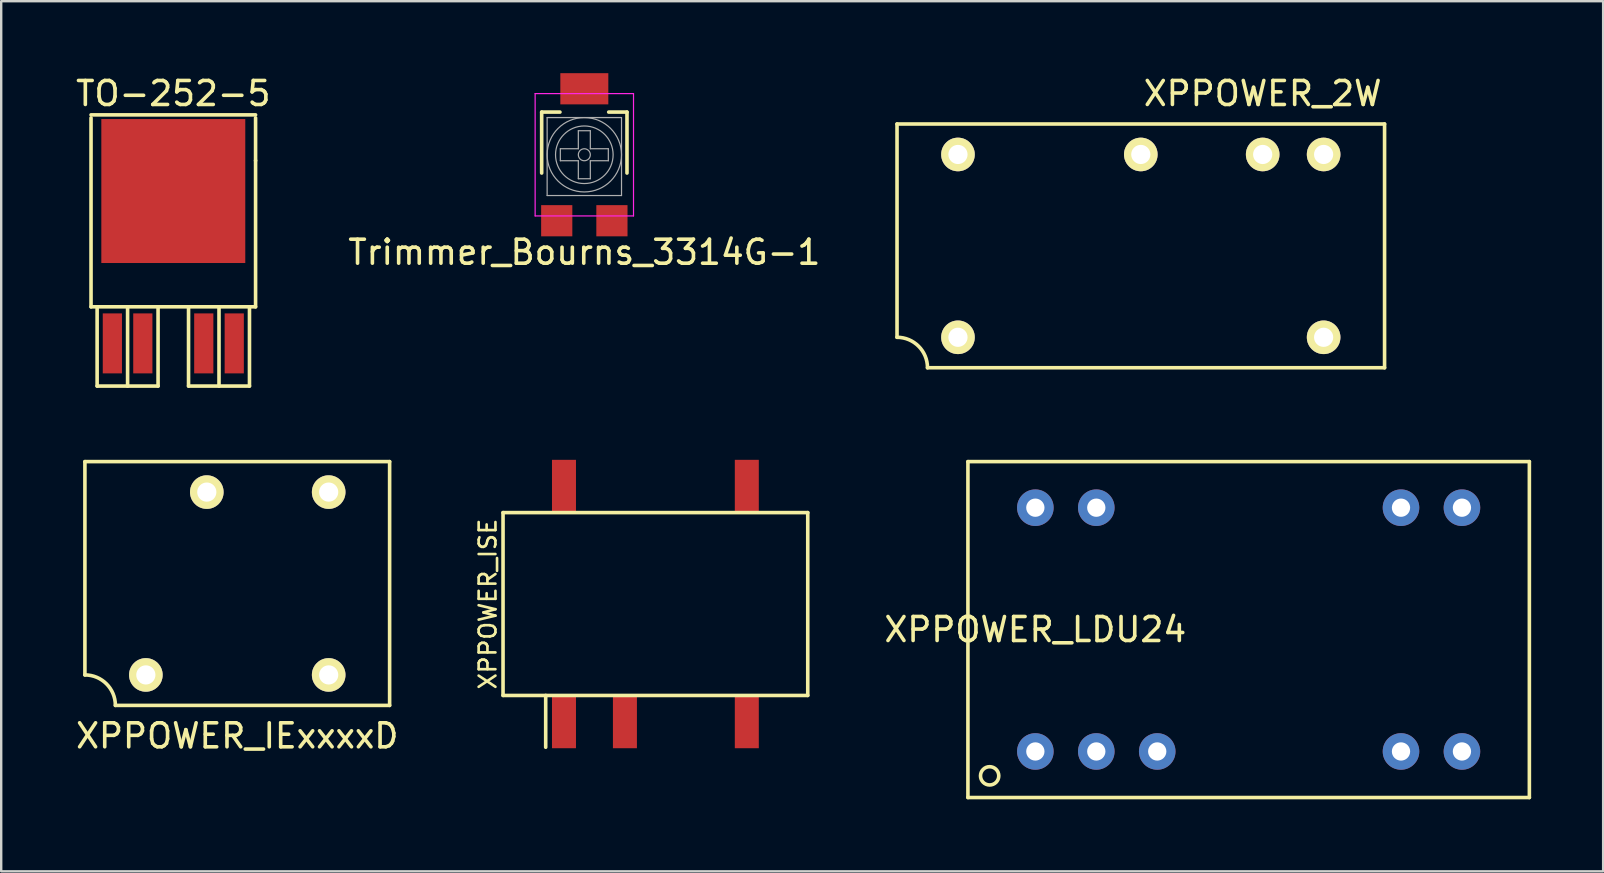
<source format=kicad_pcb>
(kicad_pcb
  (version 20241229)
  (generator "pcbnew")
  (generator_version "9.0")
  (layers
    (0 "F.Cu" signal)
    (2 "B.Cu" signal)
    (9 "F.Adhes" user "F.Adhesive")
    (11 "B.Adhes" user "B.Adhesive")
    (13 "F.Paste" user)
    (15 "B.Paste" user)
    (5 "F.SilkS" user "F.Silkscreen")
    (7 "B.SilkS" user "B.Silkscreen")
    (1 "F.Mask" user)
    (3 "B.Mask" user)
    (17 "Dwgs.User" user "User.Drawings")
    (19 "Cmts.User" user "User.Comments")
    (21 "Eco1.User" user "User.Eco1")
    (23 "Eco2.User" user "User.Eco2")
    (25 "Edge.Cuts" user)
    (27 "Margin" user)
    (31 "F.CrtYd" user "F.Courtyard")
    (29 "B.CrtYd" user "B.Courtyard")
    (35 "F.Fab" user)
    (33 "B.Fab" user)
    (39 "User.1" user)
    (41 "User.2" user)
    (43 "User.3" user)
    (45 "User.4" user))
  (footprint "TO-252-5"
    (layer "F.Cu")
    (at 4.173 11.262)
    (property "Reference" "TO-252-5" (at 0 -10.414 0) (layer "F.SilkS") (effects (font (size 1 1) (thickness 0.15))))
    (attr smd)
    (fp_line (start -3.429 -9.525) (end 3.429 -9.525) (stroke (width 0.15) (type solid)) (layer "F.SilkS"))
    (fp_line (start -3.429 -1.524) (end -3.429 -9.398) (stroke (width 0.15) (type solid)) (layer "F.SilkS"))
    (fp_line (start -3.175 -1.524) (end -3.175 1.778) (stroke (width 0.15) (type solid)) (layer "F.SilkS"))
    (fp_line (start -3.175 1.778) (end -0.635 1.778) (stroke (width 0.15) (type solid)) (layer "F.SilkS"))
    (fp_line (start -1.905 -1.524) (end -1.905 1.778) (stroke (width 0.15) (type solid)) (layer "F.SilkS"))
    (fp_line (start -0.635 -1.524) (end -0.635 1.778) (stroke (width 0.15) (type solid)) (layer "F.SilkS"))
    (fp_line (start 0.635 -1.524) (end 0.635 1.778) (stroke (width 0.15) (type solid)) (layer "F.SilkS"))
    (fp_line (start 1.905 1.778) (end 1.905 -1.524) (stroke (width 0.15) (type solid)) (layer "F.SilkS"))
    (fp_line (start 3.175 -1.524) (end 3.175 1.778) (stroke (width 0.15) (type solid)) (layer "F.SilkS"))
    (fp_line (start 3.175 1.778) (end 0.635 1.778) (stroke (width 0.15) (type solid)) (layer "F.SilkS"))
    (fp_line (start 3.429 -9.398) (end 3.429 -7.62) (stroke (width 0.15) (type solid)) (layer "F.SilkS"))
    (fp_line (start 3.429 -7.62) (end 3.429 -1.524) (stroke (width 0.15) (type solid)) (layer "F.SilkS"))
    (fp_line (start 3.429 -1.524) (end -3.429 -1.524) (stroke (width 0.15) (type solid)) (layer "F.SilkS"))
    (pad "1" smd rect (at -2.54 0) (size 0.8 2.5) (layers "F.Cu" "F.Mask" "F.Paste"))
    (pad "2" smd rect (at -1.27 0) (size 0.8 2.5) (layers "F.Cu" "F.Mask" "F.Paste"))
    (pad "3" smd rect (at 0 -6.35) (size 6 6) (layers "F.Cu" "F.Mask" "F.Paste"))
    (pad "4" smd rect (at 1.27 0) (size 0.8 2.5) (layers "F.Cu" "F.Mask" "F.Paste"))
    (pad "5" smd rect (at 2.54 0) (size 0.8 2.5) (layers "F.Cu" "F.Mask" "F.Paste")))
  (footprint "XPPOWER_ISE"
    (layer "F.Cu")
    (at 24.266 22.125)
    (property "Reference" "XPPOWER_ISE" (at -6.985 0 90) (layer "F.SilkS") (effects (font (size 0.7 0.7) (thickness 0.11))))
    (attr smd)
    (fp_line (start -6.35 -3.81) (end -6.35 3.81) (stroke (width 0.15) (type solid)) (layer "F.SilkS"))
    (fp_line (start -6.35 3.81) (end 6.35 3.81) (stroke (width 0.15) (type solid)) (layer "F.SilkS"))
    (fp_line (start -4.572 3.81) (end -4.572 5.969) (stroke (width 0.15) (type solid)) (layer "F.SilkS"))
    (fp_line (start 6.35 -3.81) (end -6.35 -3.81) (stroke (width 0.15) (type solid)) (layer "F.SilkS"))
    (fp_line (start 6.35 3.81) (end 6.35 -3.81) (stroke (width 0.15) (type solid)) (layer "F.SilkS"))
    (pad "1" smd rect (at -3.81 4.91) (size 1 2.2) (layers "F.Cu" "F.Mask" "F.Paste"))
    (pad "2" smd rect (at -1.27 4.91) (size 1 2.2) (layers "F.Cu" "F.Mask" "F.Paste"))
    (pad "4" smd rect (at 3.81 4.91) (size 1 2.2) (layers "F.Cu" "F.Mask" "F.Paste"))
    (pad "5" smd rect (at 3.81 -4.91) (size 1 2.2) (layers "F.Cu" "F.Mask" "F.Paste"))
    (pad "8" smd rect (at -3.81 -4.91) (size 1 2.2) (layers "F.Cu" "F.Mask" "F.Paste")))
  (footprint "XPPOWER_2W"
    (layer "F.Cu")
    (at 44.497 7.198)
    (property "Reference" "XPPOWER_2W" (at 5.08 -6.35 0) (layer "F.SilkS") (effects (font (size 1 1) (thickness 0.15))))
    (attr through_hole)
    (fp_line (start -10.16 -5.08) (end 10.16 -5.08) (stroke (width 0.15) (type solid)) (layer "F.SilkS"))
    (fp_line (start -10.16 3.81) (end -10.16 -5.08) (stroke (width 0.15) (type solid)) (layer "F.SilkS"))
    (fp_line (start 10.16 -5.08) (end 10.16 5.08) (stroke (width 0.15) (type solid)) (layer "F.SilkS"))
    (fp_line (start 10.16 5.08) (end -8.89 5.08) (stroke (width 0.15) (type solid)) (layer "F.SilkS"))
    (fp_arc (start -10.16 3.81) (mid -9.261974 4.181974) (end -8.89 5.08) (stroke (width 0.15) (type solid)) (layer "F.SilkS"))
    (pad "1" thru_hole circle (at -7.62 3.81) (size 1.4 1.4) (drill 0.8) (layers "*.Cu" "*.Mask" "F.SilkS"))
    (pad "7" thru_hole circle (at 7.62 3.81) (size 1.4 1.4) (drill 0.8) (layers "*.Cu" "*.Mask" "F.SilkS"))
    (pad "8" thru_hole circle (at 7.62 -3.81) (size 1.4 1.4) (drill 0.8) (layers "*.Cu" "*.Mask" "F.SilkS"))
    (pad "9" thru_hole circle (at 5.08 -3.81) (size 1.4 1.4) (drill 0.8) (layers "*.Cu" "*.Mask" "F.SilkS"))
    (pad "11" thru_hole circle (at 0 -3.81) (size 1.4 1.4) (drill 0.8) (layers "*.Cu" "*.Mask" "F.SilkS"))
    (pad "14" thru_hole circle (at -7.62 -3.81) (size 1.4 1.4) (drill 0.8) (layers "*.Cu" "*.Mask" "F.SilkS")))
  (footprint "Trimmer_Bourns_3314G-1"
    (layer "F.Cu")
    (at 21.304 3.4)
    (property "Reference" "Trimmer_Bourns_3314G-1" (at 0 4.064 0) (layer "F.SilkS") (effects (font (size 1 1) (thickness 0.15))))
    (attr smd)
    (fp_line (start -1.778 -1.778) (end -1.016 -1.778) (stroke (width 0.15) (type solid)) (layer "F.SilkS"))
    (fp_line (start -1.778 0.762) (end -1.778 -1.778) (stroke (width 0.15) (type solid)) (layer "F.SilkS"))
    (fp_line (start 1.016 -1.778) (end 1.778 -1.778) (stroke (width 0.15) (type solid)) (layer "F.SilkS"))
    (fp_line (start 1.778 -1.778) (end 1.778 0.762) (stroke (width 0.15) (type solid)) (layer "F.SilkS"))
    (fp_line (start -2.05 -2.55) (end 2.05 -2.55) (stroke (width 0.05) (type solid)) (layer "F.CrtYd"))
    (fp_line (start -2.05 2.55) (end -2.05 -2.55) (stroke (width 0.05) (type solid)) (layer "F.CrtYd"))
    (fp_line (start 2.05 -2.55) (end 2.05 2.55) (stroke (width 0.05) (type solid)) (layer "F.CrtYd"))
    (fp_line (start 2.05 2.55) (end -2.05 2.55) (stroke (width 0.05) (type solid)) (layer "F.CrtYd"))
    (fp_line (start -1.55 -1.55) (end 1.55 -1.55) (stroke (width 0.05) (type solid)) (layer "F.Fab"))
    (fp_line (start -1.55 1.7) (end -1.55 -1.55) (stroke (width 0.05) (type solid)) (layer "F.Fab"))
    (fp_line (start -1 -0.25) (end -0.25 -0.25) (stroke (width 0.05) (type solid)) (layer "F.Fab"))
    (fp_line (start -1 0.25) (end -1 -0.25) (stroke (width 0.05) (type solid)) (layer "F.Fab"))
    (fp_line (start -0.25 -1) (end 0.25 -1) (stroke (width 0.05) (type solid)) (layer "F.Fab"))
    (fp_line (start -0.25 -0.25) (end -0.25 -1) (stroke (width 0.05) (type solid)) (layer "F.Fab"))
    (fp_line (start -0.25 0.25) (end -1 0.25) (stroke (width 0.05) (type solid)) (layer "F.Fab"))
    (fp_line (start -0.25 1) (end -0.25 0.25) (stroke (width 0.05) (type solid)) (layer "F.Fab"))
    (fp_line (start 0.25 -1) (end 0.25 -0.25) (stroke (width 0.05) (type solid)) (layer "F.Fab"))
    (fp_line (start 0.25 -0.25) (end 1 -0.25) (stroke (width 0.05) (type solid)) (layer "F.Fab"))
    (fp_line (start 0.25 0.25) (end 0.25 1) (stroke (width 0.05) (type solid)) (layer "F.Fab"))
    (fp_line (start 0.25 1) (end -0.25 1) (stroke (width 0.05) (type solid)) (layer "F.Fab"))
    (fp_line (start 1 -0.25) (end 1 0.25) (stroke (width 0.05) (type solid)) (layer "F.Fab"))
    (fp_line (start 1 0.25) (end 0.25 0.25) (stroke (width 0.05) (type solid)) (layer "F.Fab"))
    (fp_line (start 1.55 -1.55) (end 1.55 1.7) (stroke (width 0.05) (type solid)) (layer "F.Fab"))
    (fp_line (start 1.55 1.7) (end -1.55 1.7) (stroke (width 0.05) (type solid)) (layer "F.Fab"))
    (fp_circle (center 0 0) (end 0 -1.55) (stroke (width 0.05) (type solid)) (fill no) (layer "F.Fab"))
    (fp_circle (center 0 0) (end 0 -1.2) (stroke (width 0.05) (type solid)) (fill no) (layer "F.Fab"))
    (fp_circle (center 0 0) (end 0 -0.25) (stroke (width 0.05) (type solid)) (fill no) (layer "F.Fab"))
    (pad "1" smd rect (at 1.15 2.75) (size 1.3 1.3) (layers "F.Cu" "F.Mask" "F.Paste"))
    (pad "2" smd rect (at 0 -2.75) (size 2 1.3) (layers "F.Cu" "F.Mask" "F.Paste"))
    (pad "3" smd rect (at -1.15 2.75) (size 1.3 1.3) (layers "F.Cu" "F.Mask" "F.Paste")))
  (footprint "XPPOWER_IExxxxD"
    (layer "F.Cu")
    (at 6.839 21.27)
    (property "Reference" "XPPOWER_IExxxxD" (at 0 6.35 0) (layer "F.SilkS") (effects (font (size 1 1) (thickness 0.15))))
    (attr through_hole)
    (fp_line (start -6.35 -5.08) (end 6.35 -5.08) (stroke (width 0.15) (type solid)) (layer "F.SilkS"))
    (fp_line (start -6.35 3.81) (end -6.35 -5.08) (stroke (width 0.15) (type solid)) (layer "F.SilkS"))
    (fp_line (start 6.35 -5.08) (end 6.35 5.08) (stroke (width 0.15) (type solid)) (layer "F.SilkS"))
    (fp_line (start 6.35 5.08) (end -5.08 5.08) (stroke (width 0.15) (type solid)) (layer "F.SilkS"))
    (fp_arc (start -6.35 3.81) (mid -5.451974 4.181974) (end -5.08 5.08) (stroke (width 0.15) (type solid)) (layer "F.SilkS"))
    (pad "1" thru_hole circle (at -3.81 3.81) (size 1.4 1.4) (drill 0.8) (layers "*.Cu" "*.Mask" "F.SilkS"))
    (pad "4" thru_hole circle (at 3.81 3.81) (size 1.4 1.4) (drill 0.8) (layers "*.Cu" "*.Mask" "F.SilkS"))
    (pad "5" thru_hole circle (at 3.81 -3.81) (size 1.4 1.4) (drill 0.8) (layers "*.Cu" "*.Mask" "F.SilkS"))
    (pad "7" thru_hole circle (at -1.27 -3.81) (size 1.4 1.4) (drill 0.8) (layers "*.Cu" "*.Mask" "F.SilkS")))
  (footprint "XPPOWER_LDU24"
    (layer "F.Cu")
    (at 40.102 28.27)
    (property "Reference" "XPPOWER_LDU24" (at 0 -5.08 0) (layer "F.SilkS") (effects (font (size 1 1) (thickness 0.15))))
    (attr through_hole)
    (fp_line (start -2.81 -12.08) (end 20.59 -12.08) (stroke (width 0.15) (type solid)) (layer "F.SilkS"))
    (fp_line (start -2.81 1.92) (end -2.81 -12.08) (stroke (width 0.15) (type solid)) (layer "F.SilkS"))
    (fp_line (start 20.59 -12.08) (end 20.59 1.92) (stroke (width 0.15) (type solid)) (layer "F.SilkS"))
    (fp_line (start 20.59 1.92) (end -2.81 1.92) (stroke (width 0.15) (type solid)) (layer "F.SilkS"))
    (fp_circle (center -1.905 1.016) (end -1.905 1.397) (stroke (width 0.15) (type solid)) (fill no) (layer "F.SilkS"))
    (pad "1" thru_hole circle (at 0 0) (size 1.524 1.524) (drill 0.762) (layers "*.Cu" "*.Mask"))
    (pad "2" thru_hole circle (at 2.54 0) (size 1.524 1.524) (drill 0.762) (layers "*.Cu" "*.Mask"))
    (pad "3" thru_hole circle (at 5.08 0) (size 1.524 1.524) (drill 0.762) (layers "*.Cu" "*.Mask"))
    (pad "7" thru_hole circle (at 15.24 0) (size 1.524 1.524) (drill 0.762) (layers "*.Cu" "*.Mask"))
    (pad "8" thru_hole circle (at 17.78 0) (size 1.524 1.524) (drill 0.762) (layers "*.Cu" "*.Mask"))
    (pad "9" thru_hole circle (at 17.78 -10.16) (size 1.524 1.524) (drill 0.762) (layers "*.Cu" "*.Mask"))
    (pad "10" thru_hole circle (at 15.24 -10.16) (size 1.524 1.524) (drill 0.762) (layers "*.Cu" "*.Mask"))
    (pad "15" thru_hole circle (at 2.54 -10.16) (size 1.524 1.524) (drill 0.762) (layers "*.Cu" "*.Mask"))
    (pad "16" thru_hole circle (at 0 -10.16) (size 1.524 1.524) (drill 0.762) (layers "*.Cu" "*.Mask")))
  (gr_rect
    (start -3 -3)
    (end 63.767 33.265)
    (stroke (width 0.1) (type default))
    (fill no)
    (layer "Edge.Cuts")))
</source>
